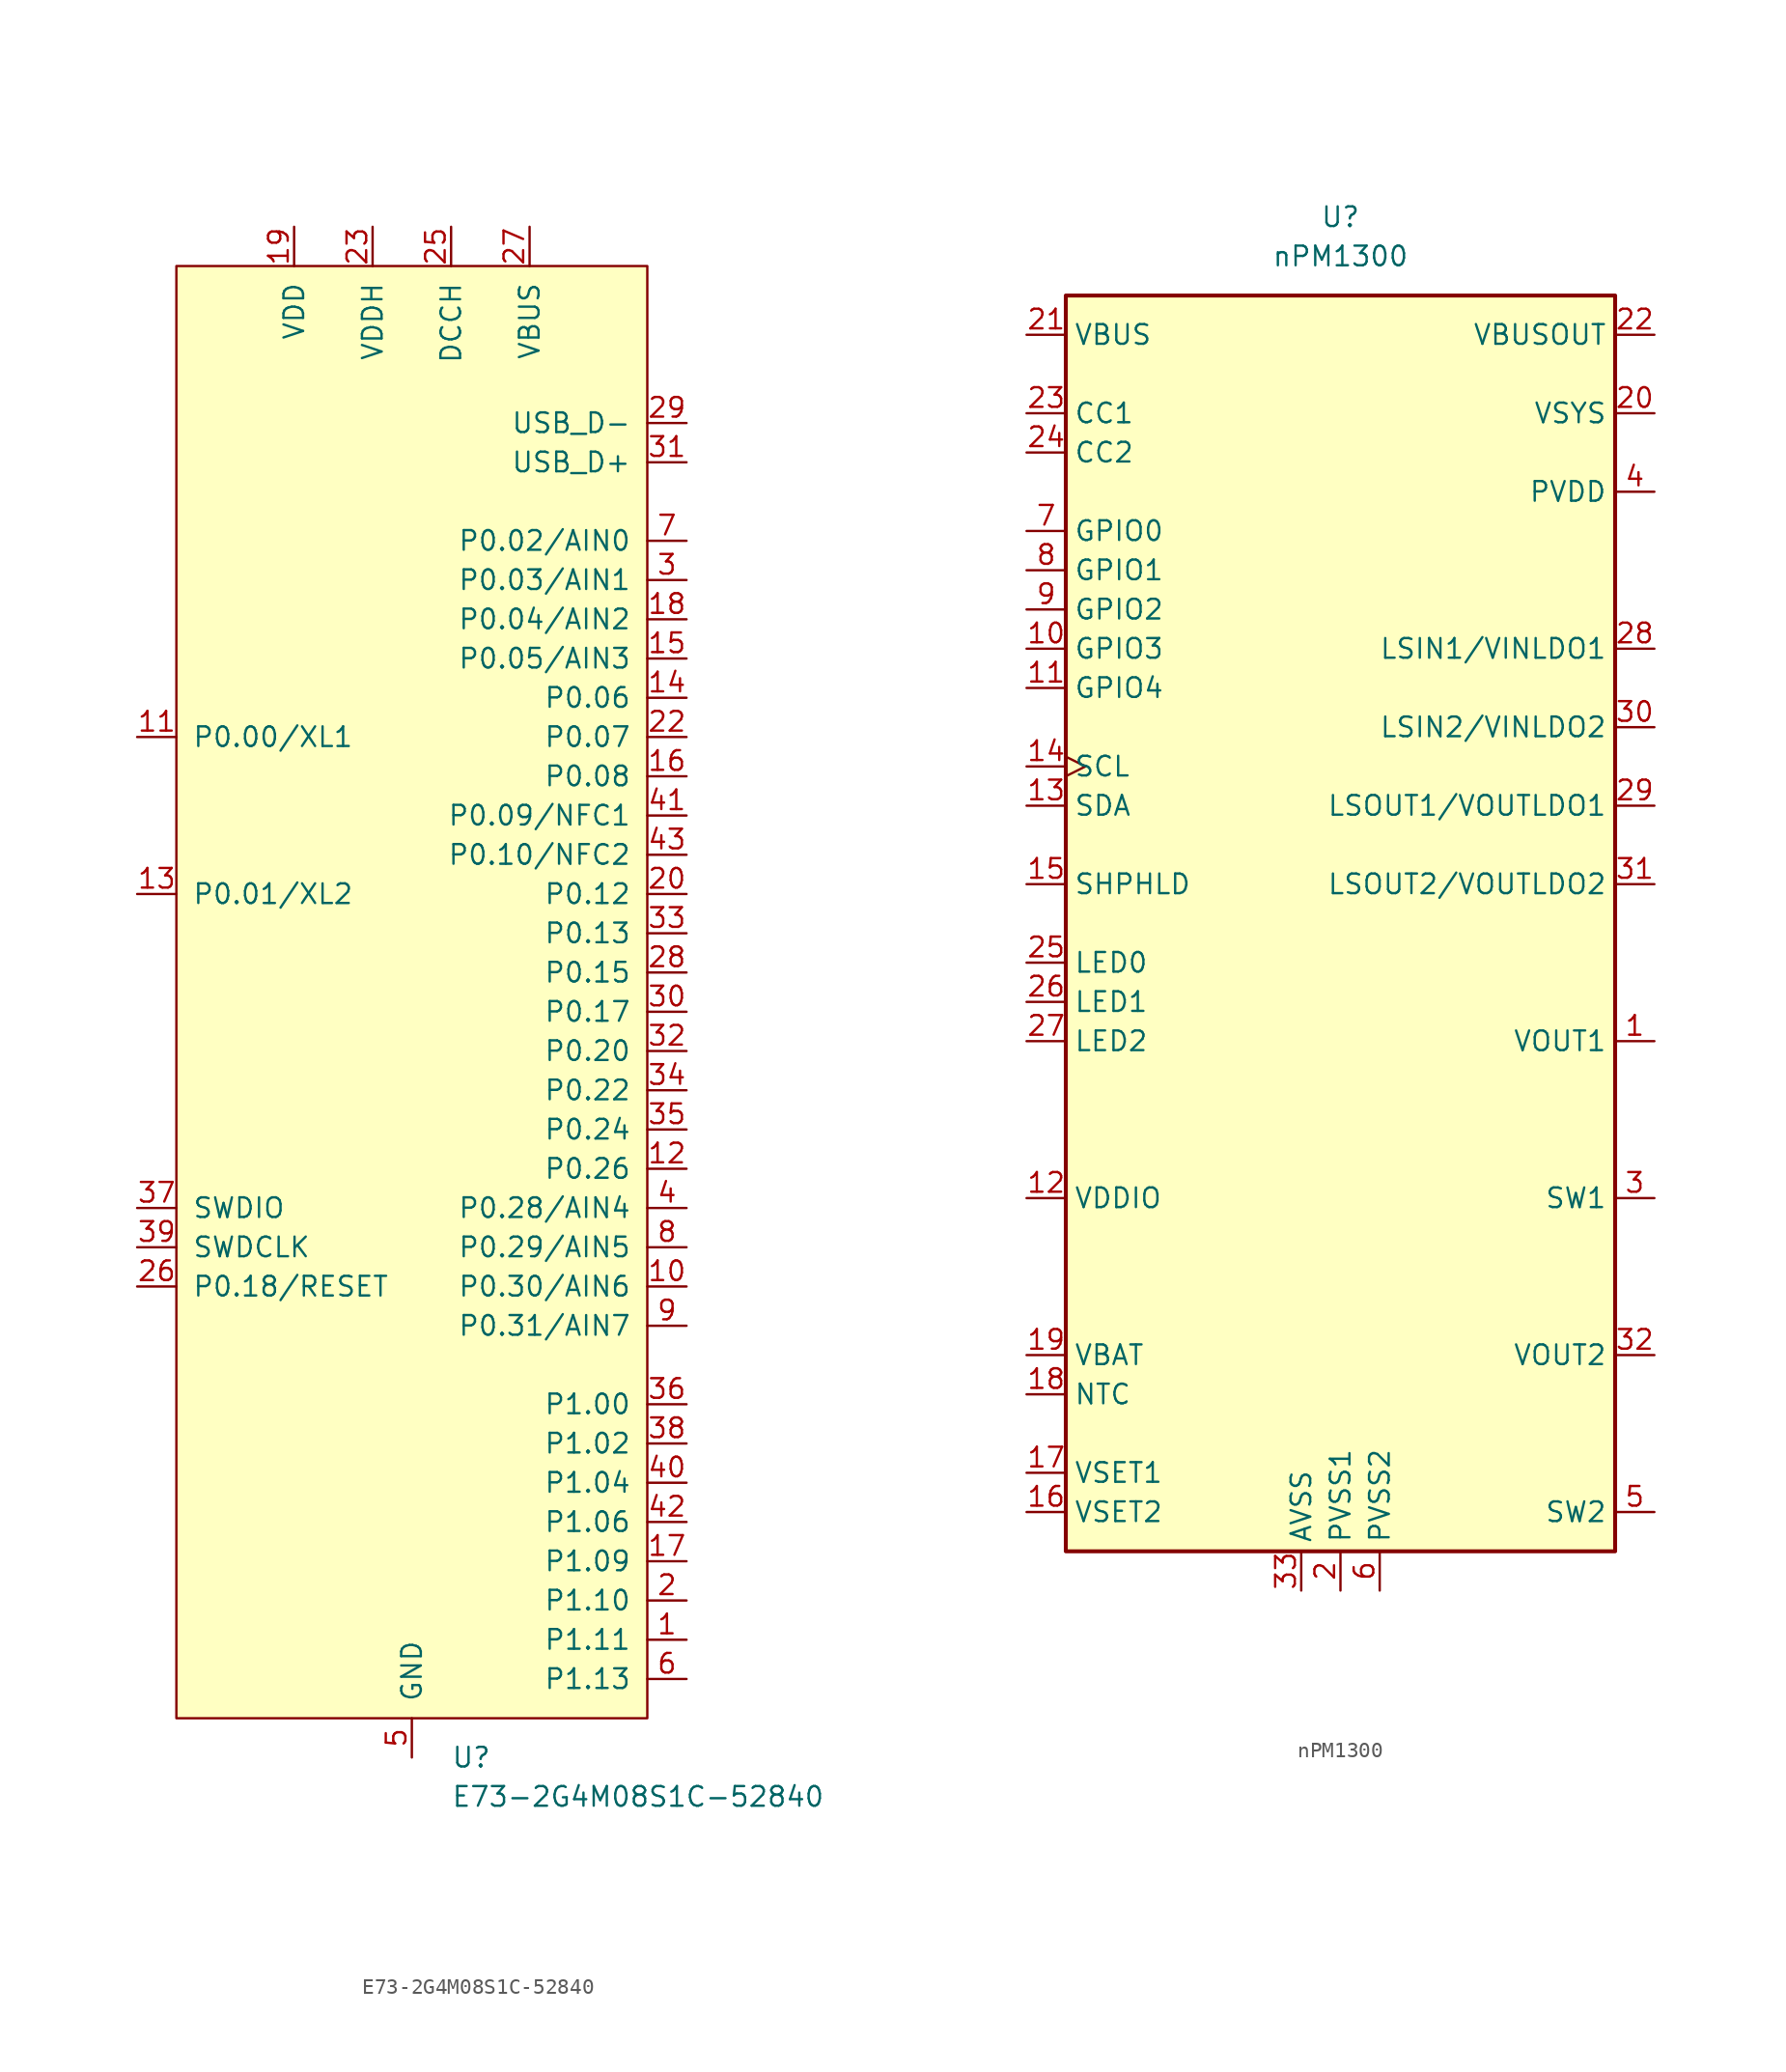
<source format=kicad_sym>
(kicad_symbol_lib
  (version 20220914)
  (generator kicad_symbol_editor)
  (symbol "E73-2G4M08S1C-52840"
    (pin_names
      (offset 1.016))
    (property "Reference" "U"
      (at 2.54 -50.8 0)
      (effects (font (size 1.27 1.27)) (justify left)))
    (property "Value" "E73-2G4M08S1C-52840"
      (at 2.54 -53.34 0)
      (effects (font (size 1.27 1.27)) (justify left)))
    (symbol "E73-2G4M08S1C-52840_0_1"
      (rectangle (start -15.24 45.72) (end 15.24 -48.26) (stroke (width 0) (type default)) (fill (type background))))
    (symbol "E73-2G4M08S1C-52840_1_1"
      (pin input line (at 17.78 -43.18 180) (length 2.54) (name "P1.11" (effects (font (size 1.27 1.27)))) (number "1" (effects (font (size 1.27 1.27)))))
      (pin input line (at 17.78 -20.32 180) (length 2.54) (name "P0.30/AIN6" (effects (font (size 1.27 1.27)))) (number "10" (effects (font (size 1.27 1.27)))))
      (pin input line (at -17.78 15.24 0) (length 2.54) (name "P0.00/XL1" (effects (font (size 1.27 1.27)))) (number "11" (effects (font (size 1.27 1.27)))))
      (pin input line (at 17.78 -12.7 180) (length 2.54) (name "P0.26" (effects (font (size 1.27 1.27)))) (number "12" (effects (font (size 1.27 1.27)))))
      (pin input line (at -17.78 5.08 0) (length 2.54) (name "P0.01/XL2" (effects (font (size 1.27 1.27)))) (number "13" (effects (font (size 1.27 1.27)))))
      (pin input line (at 17.78 17.78 180) (length 2.54) (name "P0.06" (effects (font (size 1.27 1.27)))) (number "14" (effects (font (size 1.27 1.27)))))
      (pin input line (at 17.78 20.32 180) (length 2.54) (name "P0.05/AIN3" (effects (font (size 1.27 1.27)))) (number "15" (effects (font (size 1.27 1.27)))))
      (pin input line (at 17.78 12.7 180) (length 2.54) (name "P0.08" (effects (font (size 1.27 1.27)))) (number "16" (effects (font (size 1.27 1.27)))))
      (pin input line (at 17.78 -38.1 180) (length 2.54) (name "P1.09" (effects (font (size 1.27 1.27)))) (number "17" (effects (font (size 1.27 1.27)))))
      (pin input line (at 17.78 22.86 180) (length 2.54) (name "P0.04/AIN2" (effects (font (size 1.27 1.27)))) (number "18" (effects (font (size 1.27 1.27)))))
      (pin power_in line (at -7.62 48.26 270) (length 2.54) (name "VDD" (effects (font (size 1.27 1.27)))) (number "19" (effects (font (size 1.27 1.27)))))
      (pin input line (at 17.78 -40.64 180) (length 2.54) (name "P1.10" (effects (font (size 1.27 1.27)))) (number "2" (effects (font (size 1.27 1.27)))))
      (pin input line (at 17.78 5.08 180) (length 2.54) (name "P0.12" (effects (font (size 1.27 1.27)))) (number "20" (effects (font (size 1.27 1.27)))))
      (pin passive line (at 0 -50.8 90) (length 2.54) hide (name "GND" (effects (font (size 1.27 1.27)))) (number "21" (effects (font (size 1.27 1.27)))))
      (pin input line (at 17.78 15.24 180) (length 2.54) (name "P0.07" (effects (font (size 1.27 1.27)))) (number "22" (effects (font (size 1.27 1.27)))))
      (pin power_in line (at -2.54 48.26 270) (length 2.54) (name "VDDH" (effects (font (size 1.27 1.27)))) (number "23" (effects (font (size 1.27 1.27)))))
      (pin passive line (at 0 -50.8 90) (length 2.54) hide (name "GND" (effects (font (size 1.27 1.27)))) (number "24" (effects (font (size 1.27 1.27)))))
      (pin power_out line (at 2.54 48.26 270) (length 2.54) (name "DCCH" (effects (font (size 1.27 1.27)))) (number "25" (effects (font (size 1.27 1.27)))))
      (pin input line (at -17.78 -20.32 0) (length 2.54) (name "P0.18/RESET" (effects (font (size 1.27 1.27)))) (number "26" (effects (font (size 1.27 1.27)))))
      (pin power_in line (at 7.62 48.26 270) (length 2.54) (name "VBUS" (effects (font (size 1.27 1.27)))) (number "27" (effects (font (size 1.27 1.27)))))
      (pin power_in line (at 17.78 0 180) (length 2.54) (name "P0.15" (effects (font (size 1.27 1.27)))) (number "28" (effects (font (size 1.27 1.27)))))
      (pin input line (at 17.78 35.56 180) (length 2.54) (name "USB_D-" (effects (font (size 1.27 1.27)))) (number "29" (effects (font (size 1.27 1.27)))))
      (pin input line (at 17.78 25.4 180) (length 2.54) (name "P0.03/AIN1" (effects (font (size 1.27 1.27)))) (number "3" (effects (font (size 1.27 1.27)))))
      (pin input line (at 17.78 -2.54 180) (length 2.54) (name "P0.17" (effects (font (size 1.27 1.27)))) (number "30" (effects (font (size 1.27 1.27)))))
      (pin input line (at 17.78 33.02 180) (length 2.54) (name "USB_D+" (effects (font (size 1.27 1.27)))) (number "31" (effects (font (size 1.27 1.27)))))
      (pin input line (at 17.78 -5.08 180) (length 2.54) (name "P0.20" (effects (font (size 1.27 1.27)))) (number "32" (effects (font (size 1.27 1.27)))))
      (pin input line (at 17.78 2.54 180) (length 2.54) (name "P0.13" (effects (font (size 1.27 1.27)))) (number "33" (effects (font (size 1.27 1.27)))))
      (pin input line (at 17.78 -7.62 180) (length 2.54) (name "P0.22" (effects (font (size 1.27 1.27)))) (number "34" (effects (font (size 1.27 1.27)))))
      (pin input line (at 17.78 -10.16 180) (length 2.54) (name "P0.24" (effects (font (size 1.27 1.27)))) (number "35" (effects (font (size 1.27 1.27)))))
      (pin input line (at 17.78 -27.94 180) (length 2.54) (name "P1.00" (effects (font (size 1.27 1.27)))) (number "36" (effects (font (size 1.27 1.27)))))
      (pin input line (at -17.78 -15.24 0) (length 2.54) (name "SWDIO" (effects (font (size 1.27 1.27)))) (number "37" (effects (font (size 1.27 1.27)))))
      (pin input line (at 17.78 -30.48 180) (length 2.54) (name "P1.02" (effects (font (size 1.27 1.27)))) (number "38" (effects (font (size 1.27 1.27)))))
      (pin input line (at -17.78 -17.78 0) (length 2.54) (name "SWDCLK" (effects (font (size 1.27 1.27)))) (number "39" (effects (font (size 1.27 1.27)))))
      (pin input line (at 17.78 -15.24 180) (length 2.54) (name "P0.28/AIN4" (effects (font (size 1.27 1.27)))) (number "4" (effects (font (size 1.27 1.27)))))
      (pin input line (at 17.78 -33.02 180) (length 2.54) (name "P1.04" (effects (font (size 1.27 1.27)))) (number "40" (effects (font (size 1.27 1.27)))))
      (pin input line (at 17.78 10.16 180) (length 2.54) (name "P0.09/NFC1" (effects (font (size 1.27 1.27)))) (number "41" (effects (font (size 1.27 1.27)))))
      (pin input line (at 17.78 -35.56 180) (length 2.54) (name "P1.06" (effects (font (size 1.27 1.27)))) (number "42" (effects (font (size 1.27 1.27)))))
      (pin input line (at 17.78 7.62 180) (length 2.54) (name "P0.10/NFC2" (effects (font (size 1.27 1.27)))) (number "43" (effects (font (size 1.27 1.27)))))
      (pin power_in line (at 0 -50.8 90) (length 2.54) (name "GND" (effects (font (size 1.27 1.27)))) (number "5" (effects (font (size 1.27 1.27)))))
      (pin input line (at 17.78 -45.72 180) (length 2.54) (name "P1.13" (effects (font (size 1.27 1.27)))) (number "6" (effects (font (size 1.27 1.27)))))
      (pin input line (at 17.78 27.94 180) (length 2.54) (name "P0.02/AIN0" (effects (font (size 1.27 1.27)))) (number "7" (effects (font (size 1.27 1.27)))))
      (pin input line (at 17.78 -17.78 180) (length 2.54) (name "P0.29/AIN5" (effects (font (size 1.27 1.27)))) (number "8" (effects (font (size 1.27 1.27)))))
      (pin input line (at 17.78 -22.86 180) (length 2.54) (name "P0.31/AIN7" (effects (font (size 1.27 1.27)))) (number "9" (effects (font (size 1.27 1.27)))))))
  (symbol "nPM1300"
    (property "Reference" "U"
      (at 0 45.72 0)
      (effects (font (size 1.27 1.27))))
    (property "Value" "nPM1300"
      (at 0 43.18 0)
      (effects (font (size 1.27 1.27))))
    (symbol "nPM1300_1_0"
      (pin output line (at -20.32 -5.08 0) (length 2.54) (name "LED1" (effects (font (size 1.27 1.27)))) (number "26" (effects (font (size 1.27 1.27)))))
      (pin output line (at -20.32 -7.62 0) (length 2.54) (name "LED2" (effects (font (size 1.27 1.27)))) (number "27" (effects (font (size 1.27 1.27)))))
      (pin power_in line (at 20.32 17.78 180) (length 2.54) (name "LSIN1/VINLDO1" (effects (font (size 1.27 1.27)))) (number "28" (effects (font (size 1.27 1.27)))))
      (pin power_out line (at 20.32 7.62 180) (length 2.54) (name "LSOUT1/VOUTLDO1" (effects (font (size 1.27 1.27)))) (number "29" (effects (font (size 1.27 1.27)))))
      (pin power_in line (at 20.32 12.7 180) (length 2.54) (name "LSIN2/VINLDO2" (effects (font (size 1.27 1.27)))) (number "30" (effects (font (size 1.27 1.27)))))
      (pin power_out line (at 20.32 2.54 180) (length 2.54) (name "LSOUT2/VOUTLDO2" (effects (font (size 1.27 1.27)))) (number "31" (effects (font (size 1.27 1.27)))))
      (pin power_out line (at 20.32 -27.94 180) (length 2.54) (name "VOUT2" (effects (font (size 1.27 1.27)))) (number "32" (effects (font (size 1.27 1.27)))))
      (pin power_in line (at -2.54 -43.18 90) (length 2.54) (name "AVSS" (effects (font (size 1.27 1.27)))) (number "33" (effects (font (size 1.27 1.27))))))
    (symbol "nPM1300_1_1"
      (rectangle (start -17.78 40.64) (end 17.78 -40.64) (stroke (width 0.254) (type default)) (fill (type background)))
      (pin power_out line (at 20.32 -7.62 180) (length 2.54) (name "VOUT1" (effects (font (size 1.27 1.27)))) (number "1" (effects (font (size 1.27 1.27)))))
      (pin bidirectional line (at -20.32 17.78 0) (length 2.54) (name "GPIO3" (effects (font (size 1.27 1.27)))) (number "10" (effects (font (size 1.27 1.27)))))
      (pin bidirectional line (at -20.32 15.24 0) (length 2.54) (name "GPIO4" (effects (font (size 1.27 1.27)))) (number "11" (effects (font (size 1.27 1.27)))))
      (pin power_in line (at -20.32 -17.78 0) (length 2.54) (name "VDDIO" (effects (font (size 1.27 1.27)))) (number "12" (effects (font (size 1.27 1.27)))))
      (pin bidirectional line (at -20.32 7.62 0) (length 2.54) (name "SDA" (effects (font (size 1.27 1.27)))) (number "13" (effects (font (size 1.27 1.27)))))
      (pin input clock (at -20.32 10.16 0) (length 2.54) (name "SCL" (effects (font (size 1.27 1.27)))) (number "14" (effects (font (size 1.27 1.27)))))
      (pin input line (at -20.32 2.54 0) (length 2.54) (name "SHPHLD" (effects (font (size 1.27 1.27)))) (number "15" (effects (font (size 1.27 1.27)))))
      (pin input line (at -20.32 -38.1 0) (length 2.54) (name "VSET2" (effects (font (size 1.27 1.27)))) (number "16" (effects (font (size 1.27 1.27)))))
      (pin input line (at -20.32 -35.56 0) (length 2.54) (name "VSET1" (effects (font (size 1.27 1.27)))) (number "17" (effects (font (size 1.27 1.27)))))
      (pin input line (at -20.32 -30.48 0) (length 2.54) (name "NTC" (effects (font (size 1.27 1.27)))) (number "18" (effects (font (size 1.27 1.27)))))
      (pin power_in line (at -20.32 -27.94 0) (length 2.54) (name "VBAT" (effects (font (size 1.27 1.27)))) (number "19" (effects (font (size 1.27 1.27)))))
      (pin power_in line (at 0 -43.18 90) (length 2.54) (name "PVSS1" (effects (font (size 1.27 1.27)))) (number "2" (effects (font (size 1.27 1.27)))))
      (pin power_out line (at 20.32 33.02 180) (length 2.54) (name "VSYS" (effects (font (size 1.27 1.27)))) (number "20" (effects (font (size 1.27 1.27)))))
      (pin power_in line (at -20.32 38.1 0) (length 2.54) (name "VBUS" (effects (font (size 1.27 1.27)))) (number "21" (effects (font (size 1.27 1.27)))))
      (pin power_out line (at 20.32 38.1 180) (length 2.54) (name "VBUSOUT" (effects (font (size 1.27 1.27)))) (number "22" (effects (font (size 1.27 1.27)))))
      (pin input line (at -20.32 33.02 0) (length 2.54) (name "CC1" (effects (font (size 1.27 1.27)))) (number "23" (effects (font (size 1.27 1.27)))))
      (pin input line (at -20.32 30.48 0) (length 2.54) (name "CC2" (effects (font (size 1.27 1.27)))) (number "24" (effects (font (size 1.27 1.27)))))
      (pin output line (at -20.32 -2.54 0) (length 2.54) (name "LED0" (effects (font (size 1.27 1.27)))) (number "25" (effects (font (size 1.27 1.27)))))
      (pin power_out line (at 20.32 -17.78 180) (length 2.54) (name "SW1" (effects (font (size 1.27 1.27)))) (number "3" (effects (font (size 1.27 1.27)))))
      (pin power_in line (at 20.32 27.94 180) (length 2.54) (name "PVDD" (effects (font (size 1.27 1.27)))) (number "4" (effects (font (size 1.27 1.27)))))
      (pin power_out line (at 20.32 -38.1 180) (length 2.54) (name "SW2" (effects (font (size 1.27 1.27)))) (number "5" (effects (font (size 1.27 1.27)))))
      (pin power_in line (at 2.54 -43.18 90) (length 2.54) (name "PVSS2" (effects (font (size 1.27 1.27)))) (number "6" (effects (font (size 1.27 1.27)))))
      (pin bidirectional line (at -20.32 25.4 0) (length 2.54) (name "GPIO0" (effects (font (size 1.27 1.27)))) (number "7" (effects (font (size 1.27 1.27)))))
      (pin bidirectional line (at -20.32 22.86 0) (length 2.54) (name "GPIO1" (effects (font (size 1.27 1.27)))) (number "8" (effects (font (size 1.27 1.27)))))
      (pin bidirectional line (at -20.32 20.32 0) (length 2.54) (name "GPIO2" (effects (font (size 1.27 1.27)))) (number "9" (effects (font (size 1.27 1.27))))))))
</source>
